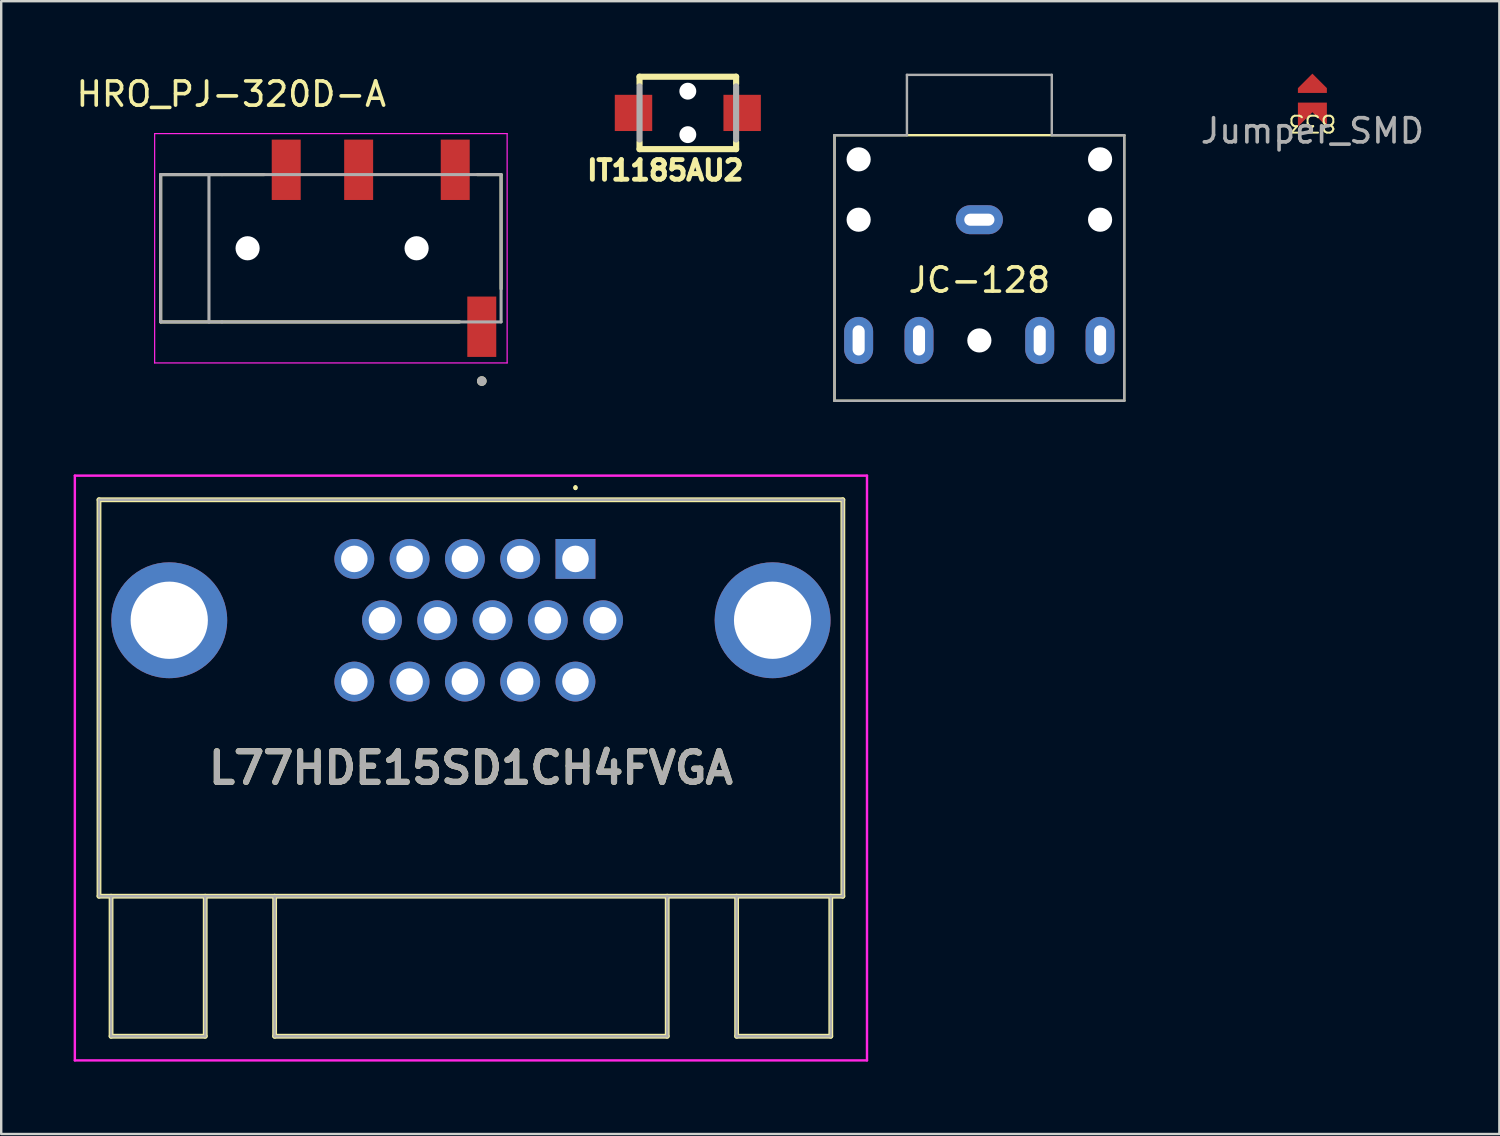
<source format=kicad_pcb>
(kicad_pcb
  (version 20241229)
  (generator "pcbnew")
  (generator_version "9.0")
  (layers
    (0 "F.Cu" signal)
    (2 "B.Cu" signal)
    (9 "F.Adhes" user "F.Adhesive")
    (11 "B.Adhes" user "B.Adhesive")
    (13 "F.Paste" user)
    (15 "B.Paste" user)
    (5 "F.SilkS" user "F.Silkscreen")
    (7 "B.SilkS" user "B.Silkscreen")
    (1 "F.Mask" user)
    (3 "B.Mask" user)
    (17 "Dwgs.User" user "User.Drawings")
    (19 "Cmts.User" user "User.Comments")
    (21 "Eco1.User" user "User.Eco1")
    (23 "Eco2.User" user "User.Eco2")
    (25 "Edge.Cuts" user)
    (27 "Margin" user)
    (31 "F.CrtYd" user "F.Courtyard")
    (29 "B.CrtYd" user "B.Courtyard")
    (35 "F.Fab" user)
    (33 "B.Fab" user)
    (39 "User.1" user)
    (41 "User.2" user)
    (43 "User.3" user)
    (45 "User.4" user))
  (footprint "IT1185AU2"
    (layer "F.Cu")
    (at 25.439 1.627)
    (property "Reference" "IT1185AU2" (at 2.413 1.905 0) (unlocked yes) (layer "F.SilkS") (effects (font (size 0.813 0.813) (thickness 0.203)) (justify right top)))
    (fp_line (start -2 -1.5) (end -2 -1.2) (stroke (width 0.254) (type solid)) (layer "F.SilkS"))
    (fp_line (start -2 1.2) (end -2 1.5) (stroke (width 0.254) (type solid)) (layer "F.SilkS"))
    (fp_line (start -2 1.5) (end 2 1.5) (stroke (width 0.254) (type solid)) (layer "F.SilkS"))
    (fp_line (start 2 -1.5) (end -2 -1.5) (stroke (width 0.254) (type solid)) (layer "F.SilkS"))
    (fp_line (start 2 -1.2) (end 2 -1.5) (stroke (width 0.254) (type solid)) (layer "F.SilkS"))
    (fp_line (start 2 1.5) (end 2 1.2) (stroke (width 0.254) (type solid)) (layer "F.SilkS"))
    (fp_line (start -2 -1.1) (end -2 1.1) (stroke (width 0.254) (type solid)) (layer "F.Fab"))
    (fp_line (start 2 1.1) (end 2 -1.1) (stroke (width 0.254) (type solid)) (layer "F.Fab"))
    (pad "" np_thru_hole circle (at 0 -0.9) (size 0.7 0.7) (drill 0.7) (layers "*.Cu" "*.Mask"))
    (pad "" np_thru_hole circle (at 0 0.9) (size 0.7 0.7) (drill 0.7) (layers "*.Cu" "*.Mask"))
    (pad "1" smd rect (at -2.25 0 90) (size 1.5 1.55) (layers "F.Cu" "F.Mask" "F.Paste"))
    (pad "2" smd rect (at 2.25 0 90) (size 1.5 1.55) (layers "F.Cu" "F.Mask" "F.Paste")))
  (footprint "HRO_PJ-320D-A"
    (layer "F.Cu")
    (at 10.705 7.233)
    (property "Reference" "HRO_PJ-320D-A" (at -4.175 -6.385 0) (layer "F.SilkS") (effects (font (size 1 1) (thickness 0.15))))
    (attr smd)
    (fp_line (start -7.1 -3.05) (end -2.82 -3.05) (stroke (width 0.127) (type solid)) (layer "F.SilkS"))
    (fp_line (start -7.1 3.05) (end -7.1 -3.05) (stroke (width 0.127) (type solid)) (layer "F.SilkS"))
    (fp_line (start 5.28 3.05) (end -7.1 3.05) (stroke (width 0.127) (type solid)) (layer "F.SilkS"))
    (fp_line (start 6.02 -3.05) (end 7 -3.05) (stroke (width 0.127) (type solid)) (layer "F.SilkS"))
    (fp_line (start 7 -3.05) (end 7 1.68) (stroke (width 0.127) (type solid)) (layer "F.SilkS"))
    (fp_circle (center 6.2 5.5) (end 6.3 5.5) (stroke (width 0.2) (type solid)) (fill no) (layer "F.SilkS"))
    (fp_line (start -7.35 -4.75) (end -7.35 4.75) (stroke (width 0.05) (type solid)) (layer "F.CrtYd"))
    (fp_line (start -7.35 4.75) (end 7.25 4.75) (stroke (width 0.05) (type solid)) (layer "F.CrtYd"))
    (fp_line (start 7.25 -4.75) (end -7.35 -4.75) (stroke (width 0.05) (type solid)) (layer "F.CrtYd"))
    (fp_line (start 7.25 4.75) (end 7.25 -4.75) (stroke (width 0.05) (type solid)) (layer "F.CrtYd"))
    (fp_line (start -7.1 -3.05) (end -5.1 -3.05) (stroke (width 0.127) (type solid)) (layer "F.Fab"))
    (fp_line (start -7.1 3.05) (end -7.1 -3.05) (stroke (width 0.127) (type solid)) (layer "F.Fab"))
    (fp_line (start -5.1 -3.05) (end -5.1 3.05) (stroke (width 0.127) (type solid)) (layer "F.Fab"))
    (fp_line (start -5.1 -3.05) (end -4.56 -3.05) (stroke (width 0.127) (type solid)) (layer "F.Fab"))
    (fp_line (start -5.1 3.05) (end -7.1 3.05) (stroke (width 0.127) (type solid)) (layer "F.Fab"))
    (fp_line (start -4.56 -3.05) (end 7 -3.05) (stroke (width 0.127) (type solid)) (layer "F.Fab"))
    (fp_line (start -4.56 3.05) (end -5.1 3.05) (stroke (width 0.127) (type solid)) (layer "F.Fab"))
    (fp_line (start 7 -3.05) (end 7 3.05) (stroke (width 0.127) (type solid)) (layer "F.Fab"))
    (fp_line (start 7 3.05) (end -4.56 3.05) (stroke (width 0.127) (type solid)) (layer "F.Fab"))
    (fp_circle (center 6.2 5.5) (end 6.3 5.5) (stroke (width 0.2) (type solid)) (fill no) (layer "F.Fab"))
    (pad "" np_thru_hole circle (at -3.5 0) (size 1 1) (drill 1) (layers "*.Cu" "*.Mask"))
    (pad "" np_thru_hole circle (at 3.5 0) (size 1 1) (drill 1) (layers "*.Cu" "*.Mask"))
    (pad "1" smd rect (at 6.2 3.25) (size 1.2 2.5) (layers "F.Cu" "F.Mask" "F.Paste"))
    (pad "2" smd rect (at 5.1 -3.25) (size 1.2 2.5) (layers "F.Cu" "F.Mask" "F.Paste"))
    (pad "3" smd rect (at 1.1 -3.25) (size 1.2 2.5) (layers "F.Cu" "F.Mask" "F.Paste"))
    (pad "4" smd rect (at -1.9 -3.25) (size 1.2 2.5) (layers "F.Cu" "F.Mask" "F.Paste")))
  (footprint "L77HDE15SD1CH4FVGA"
    (layer "F.Cu")
    (at 20.785 20.1)
    (property "Reference" "L77HDE15SD1CH4FVGA" (at -4.33 8.66 0) (layer "F.SilkS") (effects (font (size 1.27 1.27) (thickness 0.254))))
    (attr through_hole)
    (fp_line (start -19.735 -2.45) (end 11.075 -2.45) (stroke (width 0.2) (type solid)) (layer "F.SilkS"))
    (fp_line (start -19.735 13.97) (end -19.735 -2.45) (stroke (width 0.2) (type solid)) (layer "F.SilkS"))
    (fp_line (start -19.235 13.97) (end -19.235 19.77) (stroke (width 0.2) (type solid)) (layer "F.SilkS"))
    (fp_line (start -19.235 19.77) (end -15.335 19.77) (stroke (width 0.2) (type solid)) (layer "F.SilkS"))
    (fp_line (start -15.335 19.77) (end -15.335 13.97) (stroke (width 0.2) (type solid)) (layer "F.SilkS"))
    (fp_line (start -12.46 13.97) (end -12.46 19.77) (stroke (width 0.2) (type solid)) (layer "F.SilkS"))
    (fp_line (start -12.46 19.77) (end 3.8 19.77) (stroke (width 0.2) (type solid)) (layer "F.SilkS"))
    (fp_line (start 0 -3) (end 0 -3) (stroke (width 0.1) (type solid)) (layer "F.SilkS"))
    (fp_line (start 0 -2.9) (end 0 -2.9) (stroke (width 0.1) (type solid)) (layer "F.SilkS"))
    (fp_line (start 3.8 19.77) (end 3.8 13.97) (stroke (width 0.2) (type solid)) (layer "F.SilkS"))
    (fp_line (start 6.675 13.97) (end 6.675 19.77) (stroke (width 0.2) (type solid)) (layer "F.SilkS"))
    (fp_line (start 6.675 19.77) (end 10.575 19.77) (stroke (width 0.2) (type solid)) (layer "F.SilkS"))
    (fp_line (start 10.575 19.77) (end 10.575 13.97) (stroke (width 0.2) (type solid)) (layer "F.SilkS"))
    (fp_line (start 11.075 -2.45) (end 11.075 13.97) (stroke (width 0.2) (type solid)) (layer "F.SilkS"))
    (fp_line (start 11.075 13.97) (end -19.735 13.97) (stroke (width 0.2) (type solid)) (layer "F.SilkS"))
    (fp_arc (start 0 -3) (mid 0.05 -2.95) (end 0 -2.9) (stroke (width 0.1) (type solid)) (layer "F.SilkS"))
    (fp_arc (start 0 -2.9) (mid -0.05 -2.95) (end 0 -3) (stroke (width 0.1) (type solid)) (layer "F.SilkS"))
    (fp_line (start -20.735 -3.45) (end 12.075 -3.45) (stroke (width 0.1) (type solid)) (layer "F.CrtYd"))
    (fp_line (start -20.735 20.77) (end -20.735 -3.45) (stroke (width 0.1) (type solid)) (layer "F.CrtYd"))
    (fp_line (start 12.075 -3.45) (end 12.075 20.77) (stroke (width 0.1) (type solid)) (layer "F.CrtYd"))
    (fp_line (start 12.075 20.77) (end -20.735 20.77) (stroke (width 0.1) (type solid)) (layer "F.CrtYd"))
    (fp_line (start -19.735 -2.45) (end 11.075 -2.45) (stroke (width 0.1) (type solid)) (layer "F.Fab"))
    (fp_line (start -19.735 13.97) (end -19.735 -2.45) (stroke (width 0.1) (type solid)) (layer "F.Fab"))
    (fp_line (start -19.235 13.97) (end -19.235 19.77) (stroke (width 0.1) (type solid)) (layer "F.Fab"))
    (fp_line (start -19.235 19.77) (end -15.335 19.77) (stroke (width 0.1) (type solid)) (layer "F.Fab"))
    (fp_line (start -15.335 19.77) (end -15.335 13.97) (stroke (width 0.1) (type solid)) (layer "F.Fab"))
    (fp_line (start -12.46 13.97) (end -12.46 19.77) (stroke (width 0.1) (type solid)) (layer "F.Fab"))
    (fp_line (start -12.46 19.77) (end 3.8 19.77) (stroke (width 0.1) (type solid)) (layer "F.Fab"))
    (fp_line (start 3.8 19.77) (end 3.8 13.97) (stroke (width 0.1) (type solid)) (layer "F.Fab"))
    (fp_line (start 6.675 19.77) (end 6.675 13.97) (stroke (width 0.1) (type solid)) (layer "F.Fab"))
    (fp_line (start 10.575 13.97) (end 10.575 19.77) (stroke (width 0.1) (type solid)) (layer "F.Fab"))
    (fp_line (start 10.575 19.77) (end 6.675 19.77) (stroke (width 0.1) (type solid)) (layer "F.Fab"))
    (fp_line (start 11.075 -2.45) (end 11.075 13.97) (stroke (width 0.1) (type solid)) (layer "F.Fab"))
    (fp_line (start 11.075 13.97) (end -19.735 13.97) (stroke (width 0.1) (type solid)) (layer "F.Fab"))
    (fp_text user "${REFERENCE}" (at -4.33 8.66 0) (layer "F.Fab") (effects (font (size 1.27 1.27) (thickness 0.254))))
    (pad "1" thru_hole rect (at 0 0) (size 1.65 1.65) (drill 1.1) (layers "*.Cu" "*.Mask"))
    (pad "2" thru_hole circle (at -2.29 0) (size 1.65 1.65) (drill 1.1) (layers "*.Cu" "*.Mask"))
    (pad "3" thru_hole circle (at -4.58 0) (size 1.65 1.65) (drill 1.1) (layers "*.Cu" "*.Mask"))
    (pad "4" thru_hole circle (at -6.87 0) (size 1.65 1.65) (drill 1.1) (layers "*.Cu" "*.Mask"))
    (pad "5" thru_hole circle (at -9.16 0) (size 1.65 1.65) (drill 1.1) (layers "*.Cu" "*.Mask"))
    (pad "6" thru_hole circle (at 1.145 2.54) (size 1.65 1.65) (drill 1.1) (layers "*.Cu" "*.Mask"))
    (pad "7" thru_hole circle (at -1.145 2.54) (size 1.65 1.65) (drill 1.1) (layers "*.Cu" "*.Mask"))
    (pad "8" thru_hole circle (at -3.435 2.54) (size 1.65 1.65) (drill 1.1) (layers "*.Cu" "*.Mask"))
    (pad "9" thru_hole circle (at -5.725 2.54) (size 1.65 1.65) (drill 1.1) (layers "*.Cu" "*.Mask"))
    (pad "10" thru_hole circle (at -8.015 2.54) (size 1.65 1.65) (drill 1.1) (layers "*.Cu" "*.Mask"))
    (pad "11" thru_hole circle (at 0 5.08) (size 1.65 1.65) (drill 1.1) (layers "*.Cu" "*.Mask"))
    (pad "12" thru_hole circle (at -2.29 5.08) (size 1.65 1.65) (drill 1.1) (layers "*.Cu" "*.Mask"))
    (pad "13" thru_hole circle (at -4.58 5.08) (size 1.65 1.65) (drill 1.1) (layers "*.Cu" "*.Mask"))
    (pad "14" thru_hole circle (at -6.87 5.08) (size 1.65 1.65) (drill 1.1) (layers "*.Cu" "*.Mask"))
    (pad "15" thru_hole circle (at -9.16 5.08) (size 1.65 1.65) (drill 1.1) (layers "*.Cu" "*.Mask"))
    (pad "MH1" thru_hole circle (at 8.165 2.54) (size 4.8 4.8) (drill 3.2) (layers "*.Cu" "*.Mask"))
    (pad "MH2" thru_hole circle (at -16.825 2.54) (size 4.8 4.8) (drill 3.2) (layers "*.Cu" "*.Mask")))
  (footprint "JC-128"
    (layer "F.Cu")
    (at 37.514 6.05)
    (property "Reference" "JC-128" (at 0 2.5 0) (layer "F.SilkS") (effects (font (size 1 1) (thickness 0.15))))
    (attr through_hole)
    (fp_line (start -6 -3.5) (end -6 7.5) (stroke (width 0.1) (type solid)) (layer "F.SilkS"))
    (fp_line (start -6 7.5) (end 6 7.5) (stroke (width 0.1) (type solid)) (layer "F.SilkS"))
    (fp_line (start 6 -3.5) (end -6 -3.5) (stroke (width 0.1) (type solid)) (layer "F.SilkS"))
    (fp_line (start 6 7.5) (end 6 -3.5) (stroke (width 0.1) (type solid)) (layer "F.SilkS"))
    (fp_line (start -6 -3.5) (end -6 7.5) (stroke (width 0.1) (type solid)) (layer "F.Fab"))
    (fp_line (start -3 -6) (end -3 -3.5) (stroke (width 0.1) (type solid)) (layer "F.Fab"))
    (fp_line (start -3 -3.5) (end -6 -3.5) (stroke (width 0.1) (type solid)) (layer "F.Fab"))
    (fp_line (start 3 -6) (end -3 -6) (stroke (width 0.1) (type solid)) (layer "F.Fab"))
    (fp_line (start 3 -6) (end 3 -3.5) (stroke (width 0.1) (type solid)) (layer "F.Fab"))
    (fp_line (start 3 -3.5) (end 6 -3.5) (stroke (width 0.1) (type solid)) (layer "F.Fab"))
    (fp_line (start 6 -3.5) (end 6 7.5) (stroke (width 0.1) (type solid)) (layer "F.Fab"))
    (fp_line (start 6 7.5) (end -6 7.5) (stroke (width 0.1) (type solid)) (layer "F.Fab"))
    (pad "" np_thru_hole circle (at -5 -2.5) (size 1 1) (drill 1) (layers "*.Cu"))
    (pad "" np_thru_hole circle (at -5 0) (size 1 1) (drill 1) (layers "*.Cu"))
    (pad "" np_thru_hole circle (at 0 5) (size 1 1) (drill 1) (layers "*.Cu"))
    (pad "" np_thru_hole circle (at 5 -2.5) (size 1 1) (drill 1) (layers "*.Cu"))
    (pad "" np_thru_hole circle (at 5 0) (size 1 1) (drill 1) (layers "*.Cu"))
    (pad "1" thru_hole oval (at 0 0) (size 1.95 1.2) (drill oval 1.25 0.5) (layers "*.Cu" "*.Mask"))
    (pad "2" thru_hole oval (at -5 5) (size 1.2 1.95) (drill oval 0.5 1.25) (layers "*.Cu" "*.Mask"))
    (pad "3" thru_hole oval (at -2.5 5) (size 1.2 1.95) (drill oval 0.5 1.25) (layers "*.Cu" "*.Mask"))
    (pad "4" thru_hole oval (at 2.5 5) (size 1.2 1.95) (drill oval 0.5 1.25) (layers "*.Cu" "*.Mask"))
    (pad "5" thru_hole oval (at 5 5) (size 1.2 1.95) (drill oval 0.5 1.25) (layers "*.Cu" "*.Mask")))
  (footprint "Jumper_SMD"
    (layer "F.Cu")
    (at 51.308 0.5)
    (property "Reference" "Jumper_SMD" (at 0 1.87 180) (layer "F.Fab") (effects (font (size 1 1) (thickness 0.15))))
    (attr through_hole exclude_from_bom)
    (fp_text user "833" (at 0 1.562 180) (unlocked yes) (layer "F.SilkS") (effects (font (size 0.7 0.7) (thickness 0.08))))
    (pad "1" smd custom (at 0 -0.1 180) (size 0.1 0.1) (layers "F.Cu" "F.Mask") (options (anchor rect)) (primitives (gr_poly (pts (xy 0.6 -0.2) (xy 0.6 -0.4) (xy -0.6 -0.4) (xy -0.6 -0.2) (xy 0 0.4)) (width 0) (fill yes))))
    (pad "2" smd custom (at 0 0.8 180) (size 0.1 0.1) (layers "F.Cu" "F.Mask") (options (anchor rect)) (primitives (gr_poly (pts (xy 0.6 -0.9) (xy 0 -0.3) (xy -0.6 -0.9) (xy -0.6 0.1) (xy 0.6 0.1)) (width 0) (fill yes)))))
  (gr_rect
    (start -3 -3)
    (end 59.052 43.92)
    (stroke (width 0.1) (type default))
    (fill no)
    (layer "Edge.Cuts")))
</source>
